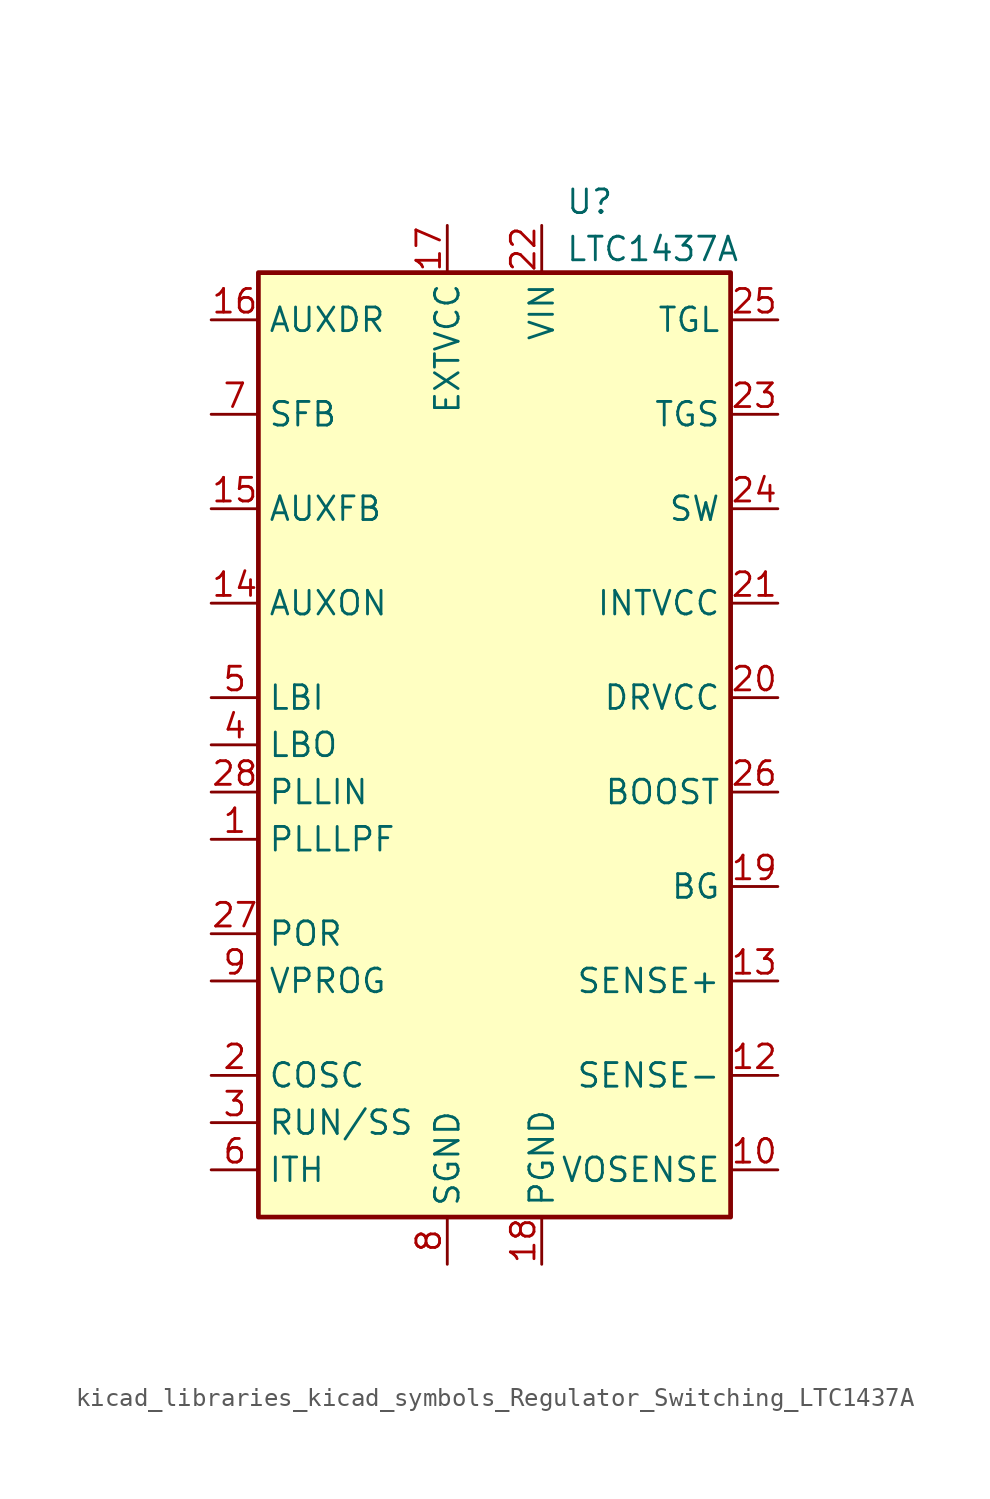
<source format=kicad_sym>
(kicad_symbol_lib
  (version 20220914)
  (generator kicad_symbol_editor)
  (symbol "kicad_libraries_kicad_symbols_Regulator_Switching_LTC1437A"
    (property "Reference" "U"
      (at 3.81 29.21 0)
      (effects (font (size 1.27 1.27)) (justify left)))
    (property "Value" "LTC1437A"
      (at 3.81 26.67 0)
      (effects (font (size 1.27 1.27)) (justify left)))
    (symbol "kicad_libraries_kicad_symbols_Regulator_Switching_LTC1437A_0_1"
      (rectangle (start -12.7 -25.4) (end 12.7 25.4) (stroke (width 0.254) (type default)) (fill (type background))))
    (symbol "kicad_libraries_kicad_symbols_Regulator_Switching_LTC1437A_1_1"
      (pin passive line (at -15.24 -5.08 0) (length 2.54) (name "PLLLPF" (effects (font (size 1.27 1.27)))) (number "1" (effects (font (size 1.27 1.27)))))
      (pin input line (at 15.24 -22.86 180) (length 2.54) (name "VOSENSE" (effects (font (size 1.27 1.27)))) (number "10" (effects (font (size 1.27 1.27)))))
      (pin no_connect line (at 0 25.4 270) (length 2.54) hide (name "NC" (effects (font (size 1.27 1.27)))) (number "11" (effects (font (size 1.27 1.27)))))
      (pin input line (at 15.24 -17.78 180) (length 2.54) (name "SENSE-" (effects (font (size 1.27 1.27)))) (number "12" (effects (font (size 1.27 1.27)))))
      (pin input line (at 15.24 -12.7 180) (length 2.54) (name "SENSE+" (effects (font (size 1.27 1.27)))) (number "13" (effects (font (size 1.27 1.27)))))
      (pin input line (at -15.24 7.62 0) (length 2.54) (name "AUXON" (effects (font (size 1.27 1.27)))) (number "14" (effects (font (size 1.27 1.27)))))
      (pin input line (at -15.24 12.7 0) (length 2.54) (name "AUXFB" (effects (font (size 1.27 1.27)))) (number "15" (effects (font (size 1.27 1.27)))))
      (pin open_collector line (at -15.24 22.86 0) (length 2.54) (name "AUXDR" (effects (font (size 1.27 1.27)))) (number "16" (effects (font (size 1.27 1.27)))))
      (pin power_in line (at -2.54 27.94 270) (length 2.54) (name "EXTVCC" (effects (font (size 1.27 1.27)))) (number "17" (effects (font (size 1.27 1.27)))))
      (pin power_in line (at 2.54 -27.94 90) (length 2.54) (name "PGND" (effects (font (size 1.27 1.27)))) (number "18" (effects (font (size 1.27 1.27)))))
      (pin output line (at 15.24 -7.62 180) (length 2.54) (name "BG" (effects (font (size 1.27 1.27)))) (number "19" (effects (font (size 1.27 1.27)))))
      (pin passive line (at -15.24 -17.78 0) (length 2.54) (name "COSC" (effects (font (size 1.27 1.27)))) (number "2" (effects (font (size 1.27 1.27)))))
      (pin power_in line (at 15.24 2.54 180) (length 2.54) (name "DRVCC" (effects (font (size 1.27 1.27)))) (number "20" (effects (font (size 1.27 1.27)))))
      (pin power_in line (at 15.24 7.62 180) (length 2.54) (name "INTVCC" (effects (font (size 1.27 1.27)))) (number "21" (effects (font (size 1.27 1.27)))))
      (pin power_in line (at 2.54 27.94 270) (length 2.54) (name "VIN" (effects (font (size 1.27 1.27)))) (number "22" (effects (font (size 1.27 1.27)))))
      (pin output line (at 15.24 17.78 180) (length 2.54) (name "TGS" (effects (font (size 1.27 1.27)))) (number "23" (effects (font (size 1.27 1.27)))))
      (pin passive line (at 15.24 12.7 180) (length 2.54) (name "SW" (effects (font (size 1.27 1.27)))) (number "24" (effects (font (size 1.27 1.27)))))
      (pin output line (at 15.24 22.86 180) (length 2.54) (name "TGL" (effects (font (size 1.27 1.27)))) (number "25" (effects (font (size 1.27 1.27)))))
      (pin passive line (at 15.24 -2.54 180) (length 2.54) (name "BOOST" (effects (font (size 1.27 1.27)))) (number "26" (effects (font (size 1.27 1.27)))))
      (pin open_collector line (at -15.24 -10.16 0) (length 2.54) (name "POR" (effects (font (size 1.27 1.27)))) (number "27" (effects (font (size 1.27 1.27)))))
      (pin input line (at -15.24 -2.54 0) (length 2.54) (name "PLLIN" (effects (font (size 1.27 1.27)))) (number "28" (effects (font (size 1.27 1.27)))))
      (pin passive line (at -15.24 -20.32 0) (length 2.54) (name "RUN/SS" (effects (font (size 1.27 1.27)))) (number "3" (effects (font (size 1.27 1.27)))))
      (pin open_collector line (at -15.24 0 0) (length 2.54) (name "LBO" (effects (font (size 1.27 1.27)))) (number "4" (effects (font (size 1.27 1.27)))))
      (pin input line (at -15.24 2.54 0) (length 2.54) (name "LBI" (effects (font (size 1.27 1.27)))) (number "5" (effects (font (size 1.27 1.27)))))
      (pin passive line (at -15.24 -22.86 0) (length 2.54) (name "ITH" (effects (font (size 1.27 1.27)))) (number "6" (effects (font (size 1.27 1.27)))))
      (pin passive line (at -15.24 17.78 0) (length 2.54) (name "SFB" (effects (font (size 1.27 1.27)))) (number "7" (effects (font (size 1.27 1.27)))))
      (pin power_in line (at -2.54 -27.94 90) (length 2.54) (name "SGND" (effects (font (size 1.27 1.27)))) (number "8" (effects (font (size 1.27 1.27)))))
      (pin input line (at -15.24 -12.7 0) (length 2.54) (name "VPROG" (effects (font (size 1.27 1.27)))) (number "9" (effects (font (size 1.27 1.27))))))))
</source>
